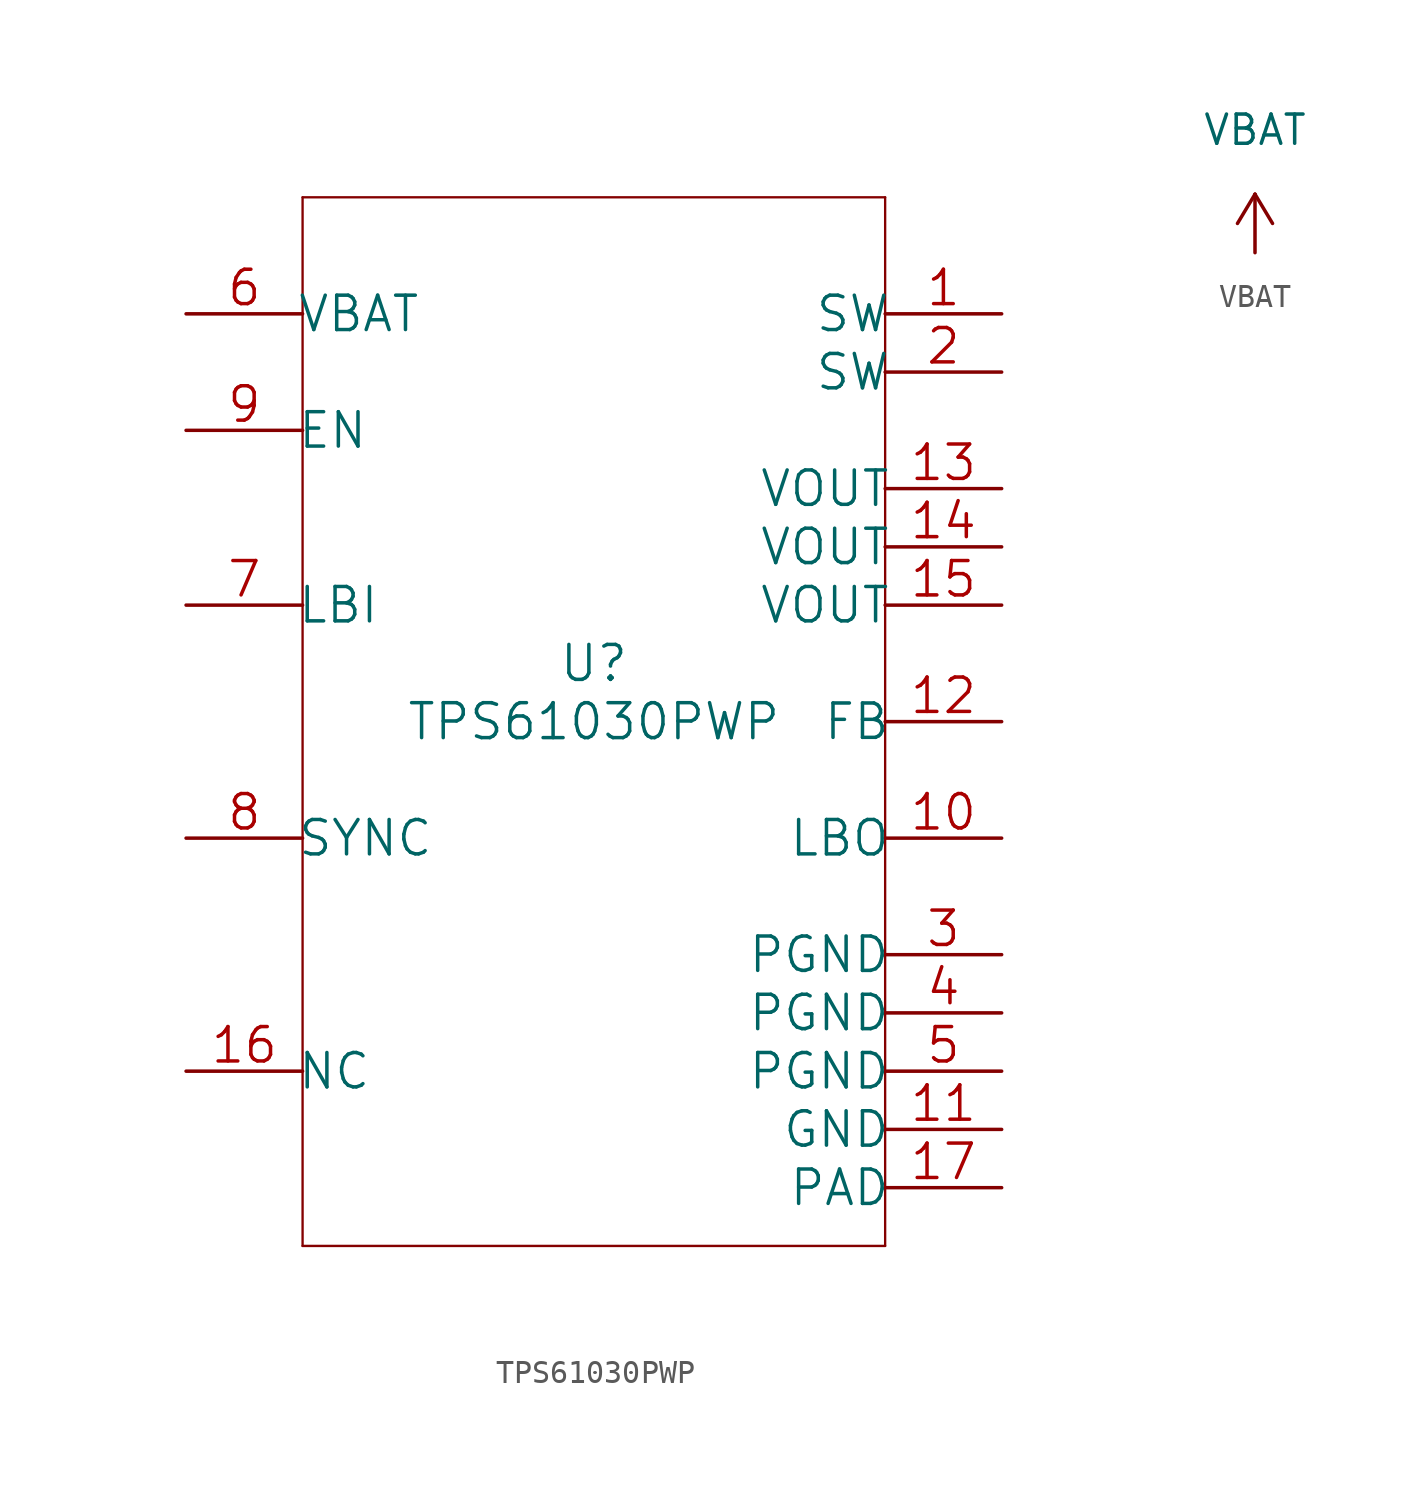
<source format=kicad_sym>
(kicad_symbol_lib
  (version 20211014)
  (generator kicad_symbol_editor)
  (symbol "TPS61030PWP"
    (pin_names
      (offset -0.254))
    (property "Reference" "U"
      (at 0 2.54 0)
      (effects (font (size 1.524 1.524))))
    (property "Value" "TPS61030PWP"
      (at 0 0 0)
      (effects (font (size 1.524 1.524))))
    (property "Datasheet" ""
      (at 0 0 0)
      (effects (font (size 1.524 1.524))))
    (property "ki_locked" ""
      (at 0 0 0)
      (effects (font (size 1.27 1.27))))
    (symbol "TPS61030PWP_1_1"
      (polyline (pts (xy -12.7 -22.86) (xy 12.7 -22.86)) (stroke (width 0.102) (type default) (color 0 0 0 0)) (fill (type none)))
      (polyline (pts (xy -12.7 22.86) (xy -12.7 -22.86)) (stroke (width 0.102) (type default) (color 0 0 0 0)) (fill (type none)))
      (polyline (pts (xy 12.7 -22.86) (xy 12.7 22.86)) (stroke (width 0.102) (type default) (color 0 0 0 0)) (fill (type none)))
      (polyline (pts (xy 12.7 22.86) (xy -12.7 22.86)) (stroke (width 0.102) (type default) (color 0 0 0 0)) (fill (type none)))
      (pin power_in line (at 17.78 17.78 180) (length 5.08) (name "SW" (effects (font (size 1.499 1.499)))) (number "1" (effects (font (size 1.499 1.499)))))
      (pin tri_state line (at 17.78 -5.08 180) (length 5.08) (name "LBO" (effects (font (size 1.499 1.499)))) (number "10" (effects (font (size 1.499 1.499)))))
      (pin power_in line (at 17.78 -17.78 180) (length 5.08) (name "GND" (effects (font (size 1.499 1.499)))) (number "11" (effects (font (size 1.499 1.499)))))
      (pin input line (at 17.78 0 180) (length 5.08) (name "FB" (effects (font (size 1.499 1.499)))) (number "12" (effects (font (size 1.499 1.499)))))
      (pin power_in line (at 17.78 10.16 180) (length 5.08) (name "VOUT" (effects (font (size 1.499 1.499)))) (number "13" (effects (font (size 1.499 1.499)))))
      (pin power_in line (at 17.78 7.62 180) (length 5.08) (name "VOUT" (effects (font (size 1.499 1.499)))) (number "14" (effects (font (size 1.499 1.499)))))
      (pin power_in line (at 17.78 5.08 180) (length 5.08) (name "VOUT" (effects (font (size 1.499 1.499)))) (number "15" (effects (font (size 1.499 1.499)))))
      (pin unspecified line (at -17.78 -15.24 0) (length 5.08) (name "NC" (effects (font (size 1.499 1.499)))) (number "16" (effects (font (size 1.499 1.499)))))
      (pin power_in line (at 17.78 -20.32 180) (length 5.08) (name "PAD" (effects (font (size 1.499 1.499)))) (number "17" (effects (font (size 1.499 1.499)))))
      (pin power_in line (at 17.78 15.24 180) (length 5.08) (name "SW" (effects (font (size 1.499 1.499)))) (number "2" (effects (font (size 1.499 1.499)))))
      (pin power_in line (at 17.78 -10.16 180) (length 5.08) (name "PGND" (effects (font (size 1.499 1.499)))) (number "3" (effects (font (size 1.499 1.499)))))
      (pin power_in line (at 17.78 -12.7 180) (length 5.08) (name "PGND" (effects (font (size 1.499 1.499)))) (number "4" (effects (font (size 1.499 1.499)))))
      (pin power_in line (at 17.78 -15.24 180) (length 5.08) (name "PGND" (effects (font (size 1.499 1.499)))) (number "5" (effects (font (size 1.499 1.499)))))
      (pin power_in line (at -17.78 17.78 0) (length 5.08) (name "VBAT" (effects (font (size 1.499 1.499)))) (number "6" (effects (font (size 1.499 1.499)))))
      (pin input line (at -17.78 5.08 0) (length 5.08) (name "LBI" (effects (font (size 1.499 1.499)))) (number "7" (effects (font (size 1.499 1.499)))))
      (pin input line (at -17.78 -5.08 0) (length 5.08) (name "SYNC" (effects (font (size 1.499 1.499)))) (number "8" (effects (font (size 1.499 1.499)))))
      (pin input line (at -17.78 12.7 0) (length 5.08) (name "EN" (effects (font (size 1.499 1.499)))) (number "9" (effects (font (size 1.499 1.499)))))))
  (symbol "VBAT"
    (power)
    (property "Reference" "#PWR?"
      (at -4.826 3.81 0)
      (effects (font (size 1.27 1.27)) hide))
    (property "Value" "VBAT"
      (at 0 5.334 0)
      (effects (font (size 1.27 1.27))))
    (symbol "VBAT_0_1"
      (polyline (pts (xy -0.762 1.27) (xy 0 2.54)) (stroke (width 0) (type default) (color 0 0 0 0)) (fill (type none)))
      (polyline (pts (xy 0 0) (xy 0 2.54)) (stroke (width 0) (type default) (color 0 0 0 0)) (fill (type none)))
      (polyline (pts (xy 0 2.54) (xy 0.762 1.27)) (stroke (width 0) (type default) (color 0 0 0 0)) (fill (type none))))
    (symbol "VBAT_1_1"
      (pin power_in line (at 0 0 90) (length 0) hide (name "VLIPO" (effects (font (size 1.27 1.27)))) (number "1" (effects (font (size 1.27 1.27))))))))
</source>
